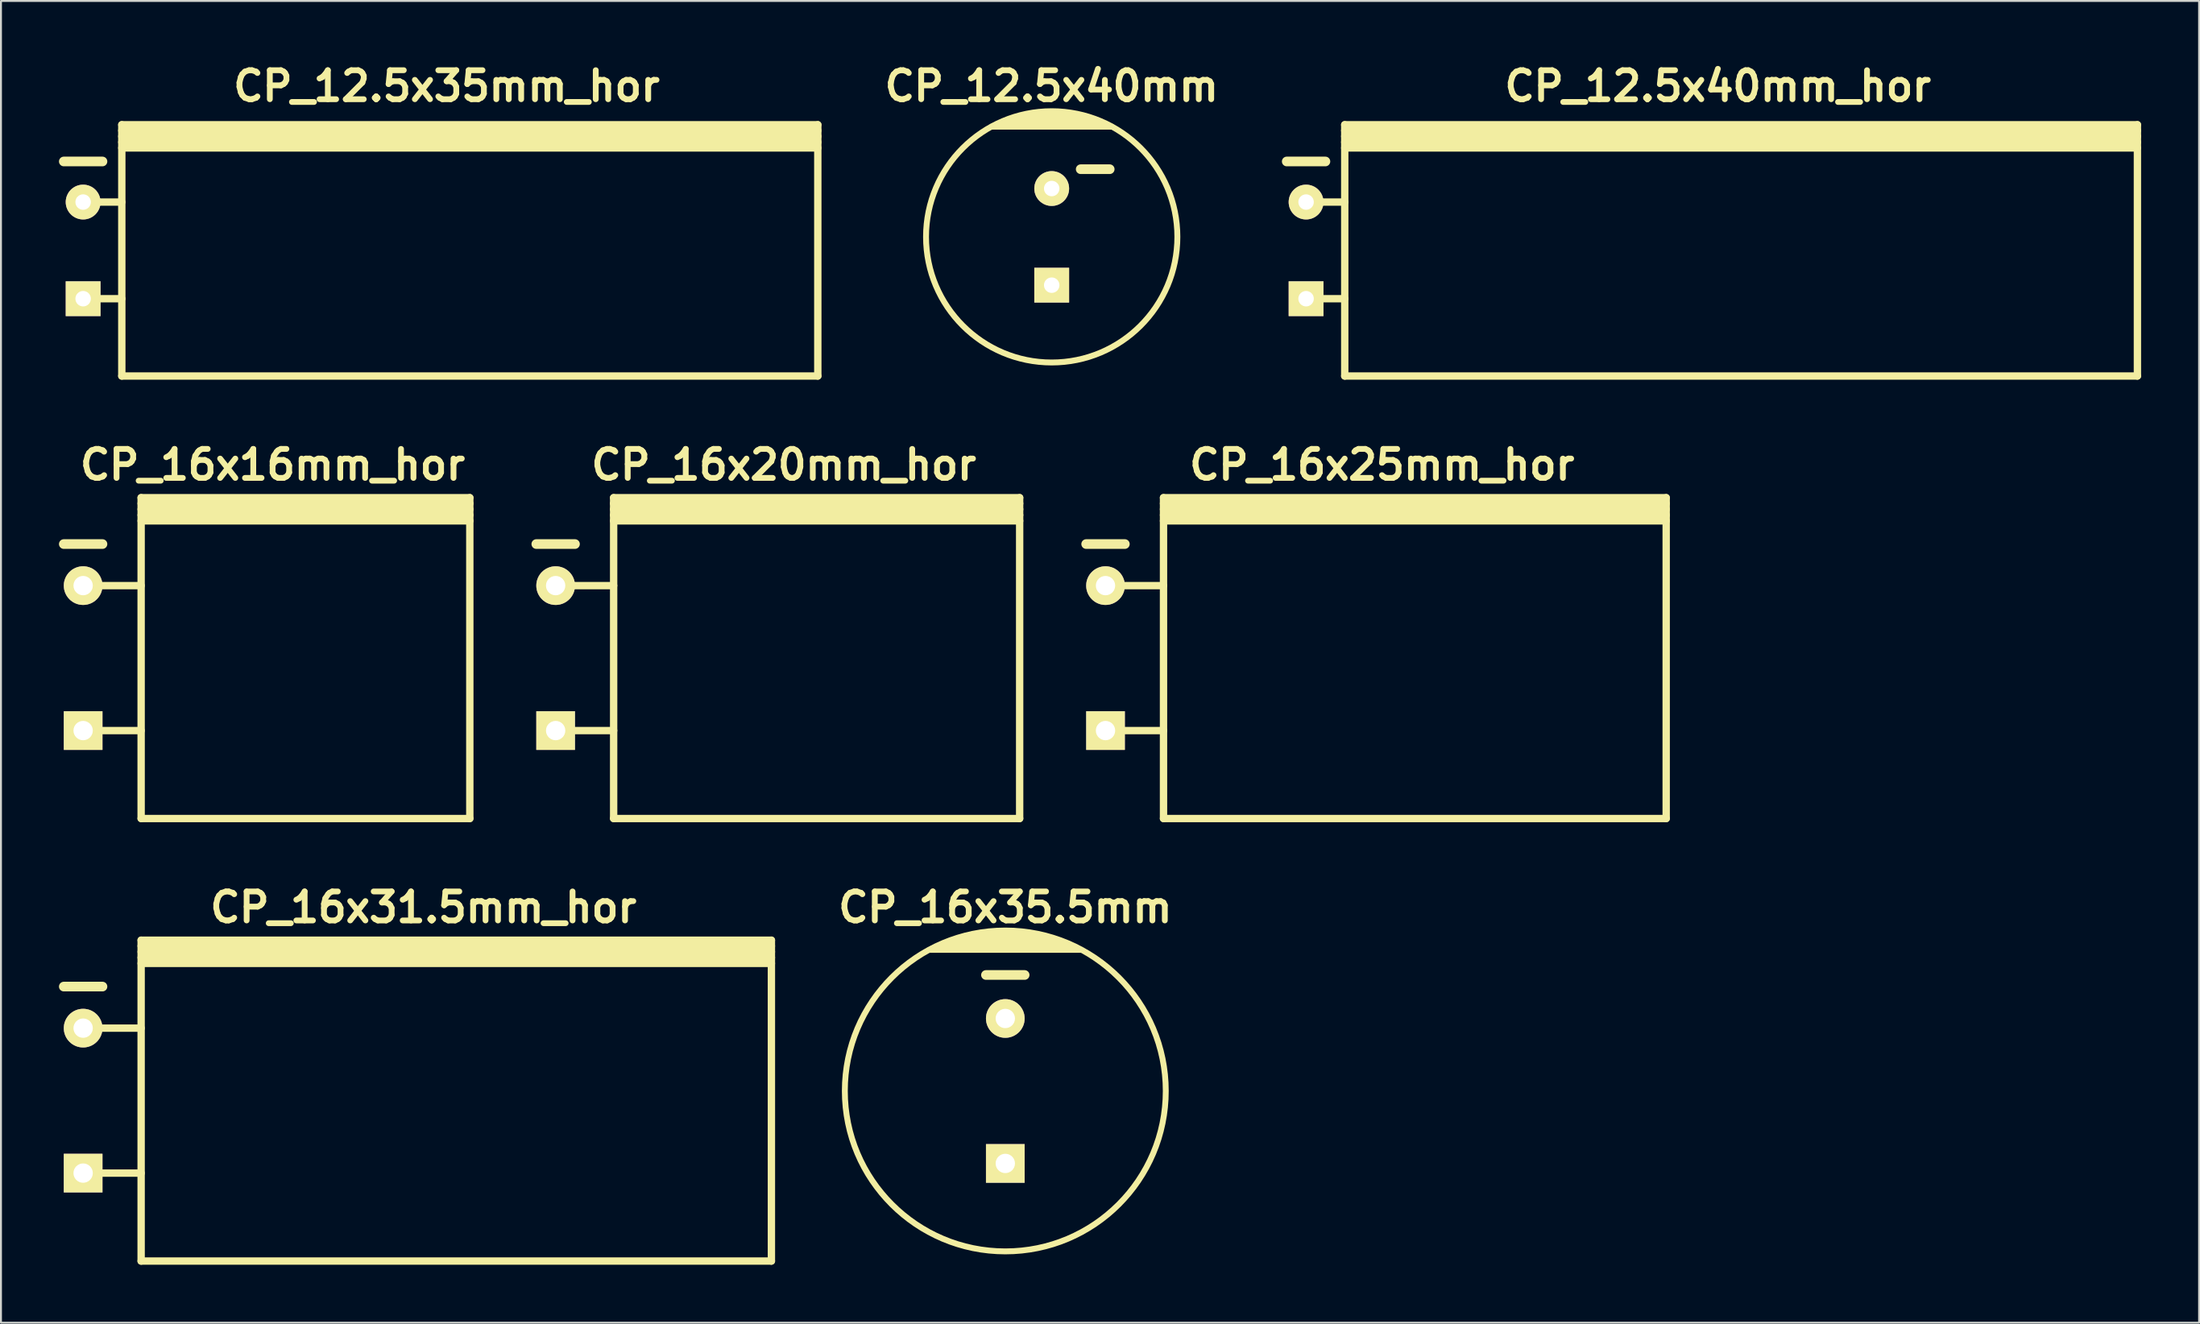
<source format=kicad_pcb>
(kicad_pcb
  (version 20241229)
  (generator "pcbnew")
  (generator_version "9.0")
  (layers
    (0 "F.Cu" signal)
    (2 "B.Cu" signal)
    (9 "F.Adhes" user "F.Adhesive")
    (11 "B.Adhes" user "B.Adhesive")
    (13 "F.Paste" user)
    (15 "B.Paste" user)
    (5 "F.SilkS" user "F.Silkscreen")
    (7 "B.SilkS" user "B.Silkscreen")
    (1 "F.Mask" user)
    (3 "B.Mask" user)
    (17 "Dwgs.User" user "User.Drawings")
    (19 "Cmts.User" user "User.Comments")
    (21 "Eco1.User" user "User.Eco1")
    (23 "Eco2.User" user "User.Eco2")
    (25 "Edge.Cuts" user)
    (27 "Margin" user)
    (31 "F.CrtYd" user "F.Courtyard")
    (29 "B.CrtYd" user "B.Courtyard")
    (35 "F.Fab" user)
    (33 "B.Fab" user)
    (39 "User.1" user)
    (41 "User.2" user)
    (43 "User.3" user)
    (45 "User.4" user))
  (footprint "CP_16x16mm_hor"
    (layer "F.Cu")
    (at 11.05 30.998)
    (property "Reference" "CP_16x16mm_hor" (at 0 -10 0) (layer "F.SilkS") (effects (font (size 1.5 1.5) (thickness 0.3))))
    (attr through_hole)
    (fp_line (start -10.8 -5.9) (end -8.8 -5.9) (stroke (width 0.5) (type solid)) (layer "F.SilkS"))
    (fp_line (start -9.8 -3.75) (end -6.8 -3.75) (stroke (width 0.381) (type solid)) (layer "F.SilkS"))
    (fp_line (start -9.8 3.75) (end -6.8 3.75) (stroke (width 0.381) (type solid)) (layer "F.SilkS"))
    (fp_line (start -6.8 -8) (end 10.2 -8) (stroke (width 0.381) (type solid)) (layer "F.SilkS"))
    (fp_line (start -6.8 -7.7) (end 10.2 -7.7) (stroke (width 0.381) (type solid)) (layer "F.SilkS"))
    (fp_line (start -6.8 -7.4) (end 10.2 -7.4) (stroke (width 0.381) (type solid)) (layer "F.SilkS"))
    (fp_line (start -6.8 -7.1) (end 10.2 -7.1) (stroke (width 0.381) (type solid)) (layer "F.SilkS"))
    (fp_line (start -6.8 8.3) (end -6.8 -8.3) (stroke (width 0.381) (type solid)) (layer "F.SilkS"))
    (fp_line (start 10.2 -8.3) (end -6.8 -8.3) (stroke (width 0.381) (type solid)) (layer "F.SilkS"))
    (fp_line (start 10.2 -8.3) (end 10.2 8.3) (stroke (width 0.381) (type solid)) (layer "F.SilkS"))
    (fp_line (start 10.2 8.3) (end -6.8 8.3) (stroke (width 0.381) (type solid)) (layer "F.SilkS"))
    (pad "1" thru_hole rect (at -9.8 3.75) (size 2 2) (drill 1) (layers "*.Cu" "*.Mask" "F.SilkS"))
    (pad "2" thru_hole circle (at -9.8 -3.75) (size 2 2) (drill 1) (layers "*.Cu" "*.Mask" "F.SilkS")))
  (footprint "CP_16x35.5mm"
    (layer "F.Cu")
    (at 48.948 53.393)
    (property "Reference" "CP_16x35.5mm" (at 0 -9.5 0) (layer "F.SilkS") (effects (font (size 1.5 1.5) (thickness 0.3))))
    (attr through_hole)
    (fp_line (start -3.4 -7.5) (end 3.4 -7.5) (stroke (width 0.305) (type solid)) (layer "F.SilkS"))
    (fp_line (start -2.4 -7.9) (end 2.4 -7.9) (stroke (width 0.305) (type solid)) (layer "F.SilkS"))
    (fp_line (start -1.7 -8.1) (end 1.7 -8.1) (stroke (width 0.305) (type solid)) (layer "F.SilkS"))
    (fp_line (start -1 -6) (end 1 -6) (stroke (width 0.5) (type solid)) (layer "F.SilkS"))
    (fp_line (start 3 -7.7) (end -2.9 -7.7) (stroke (width 0.305) (type solid)) (layer "F.SilkS"))
    (fp_line (start 3.9 -7.3) (end -3.9 -7.3) (stroke (width 0.305) (type solid)) (layer "F.SilkS"))
    (fp_circle (center 0 0) (end -8.3 0) (stroke (width 0.305) (type solid)) (fill no) (layer "F.SilkS"))
    (pad "1" thru_hole rect (at 0 3.75) (size 2 2) (drill 1) (layers "*.Cu" "*.Mask" "F.SilkS"))
    (pad "2" thru_hole circle (at 0 -3.75) (size 2 2) (drill 1) (layers "*.Cu" "*.Mask" "F.SilkS")))
  (footprint "CP_16x20mm_hor"
    (layer "F.Cu")
    (at 37.49 30.998)
    (property "Reference" "CP_16x20mm_hor" (at 0 -10 0) (layer "F.SilkS") (effects (font (size 1.5 1.5) (thickness 0.3))))
    (attr through_hole)
    (fp_line (start -12.8 -5.9) (end -10.8 -5.9) (stroke (width 0.5) (type solid)) (layer "F.SilkS"))
    (fp_line (start -11.8 -3.75) (end -8.8 -3.75) (stroke (width 0.381) (type solid)) (layer "F.SilkS"))
    (fp_line (start -11.8 3.75) (end -8.8 3.75) (stroke (width 0.381) (type solid)) (layer "F.SilkS"))
    (fp_line (start -8.8 -8) (end 12.2 -8) (stroke (width 0.381) (type solid)) (layer "F.SilkS"))
    (fp_line (start -8.8 -7.7) (end 12.2 -7.7) (stroke (width 0.381) (type solid)) (layer "F.SilkS"))
    (fp_line (start -8.8 -7.4) (end 12.2 -7.4) (stroke (width 0.381) (type solid)) (layer "F.SilkS"))
    (fp_line (start -8.8 -7.1) (end 12.2 -7.1) (stroke (width 0.381) (type solid)) (layer "F.SilkS"))
    (fp_line (start -8.8 8.3) (end -8.8 -8.3) (stroke (width 0.381) (type solid)) (layer "F.SilkS"))
    (fp_line (start 12.2 -8.3) (end -8.8 -8.3) (stroke (width 0.381) (type solid)) (layer "F.SilkS"))
    (fp_line (start 12.2 -8.3) (end 12.2 8.3) (stroke (width 0.381) (type solid)) (layer "F.SilkS"))
    (fp_line (start 12.2 8.3) (end -8.8 8.3) (stroke (width 0.381) (type solid)) (layer "F.SilkS"))
    (pad "1" thru_hole rect (at -11.8 3.75) (size 2 2) (drill 1) (layers "*.Cu" "*.Mask" "F.SilkS"))
    (pad "2" thru_hole circle (at -11.8 -3.75) (size 2 2) (drill 1) (layers "*.Cu" "*.Mask" "F.SilkS")))
  (footprint "CP_16x25mm_hor"
    (layer "F.Cu")
    (at 68.431 30.998)
    (property "Reference" "CP_16x25mm_hor" (at 0 -10 0) (layer "F.SilkS") (effects (font (size 1.5 1.5) (thickness 0.3))))
    (attr through_hole)
    (fp_line (start -15.3 -5.9) (end -13.3 -5.9) (stroke (width 0.5) (type solid)) (layer "F.SilkS"))
    (fp_line (start -14.3 -3.75) (end -11.3 -3.75) (stroke (width 0.381) (type solid)) (layer "F.SilkS"))
    (fp_line (start -14.3 3.75) (end -11.3 3.75) (stroke (width 0.381) (type solid)) (layer "F.SilkS"))
    (fp_line (start -11.3 -8) (end 14.7 -8) (stroke (width 0.381) (type solid)) (layer "F.SilkS"))
    (fp_line (start -11.3 -7.7) (end 14.7 -7.7) (stroke (width 0.381) (type solid)) (layer "F.SilkS"))
    (fp_line (start -11.3 -7.4) (end 14.7 -7.4) (stroke (width 0.381) (type solid)) (layer "F.SilkS"))
    (fp_line (start -11.3 -7.1) (end 14.7 -7.1) (stroke (width 0.381) (type solid)) (layer "F.SilkS"))
    (fp_line (start -11.3 8.3) (end -11.3 -8.3) (stroke (width 0.381) (type solid)) (layer "F.SilkS"))
    (fp_line (start 14.7 -8.3) (end -11.3 -8.3) (stroke (width 0.381) (type solid)) (layer "F.SilkS"))
    (fp_line (start 14.7 -8.3) (end 14.7 8.3) (stroke (width 0.381) (type solid)) (layer "F.SilkS"))
    (fp_line (start 14.7 8.3) (end -11.3 8.3) (stroke (width 0.381) (type solid)) (layer "F.SilkS"))
    (pad "1" thru_hole rect (at -14.3 3.75) (size 2 2) (drill 1) (layers "*.Cu" "*.Mask" "F.SilkS"))
    (pad "2" thru_hole circle (at -14.3 -3.75) (size 2 2) (drill 1) (layers "*.Cu" "*.Mask" "F.SilkS")))
  (footprint "CP_12.5x40mm_hor"
    (layer "F.Cu")
    (at 85.805 9.904)
    (property "Reference" "CP_12.5x40mm_hor" (at 0 -8.5 0) (layer "F.SilkS") (effects (font (size 1.5 1.5) (thickness 0.3))))
    (attr through_hole)
    (fp_line (start -22.3 -4.6) (end -20.3 -4.6) (stroke (width 0.5) (type solid)) (layer "F.SilkS"))
    (fp_line (start -21.3 -2.5) (end -19.3 -2.5) (stroke (width 0.381) (type solid)) (layer "F.SilkS"))
    (fp_line (start -21.3 2.5) (end -19.3 2.5) (stroke (width 0.381) (type solid)) (layer "F.SilkS"))
    (fp_line (start -19.3 -6.2) (end 21.7 -6.2) (stroke (width 0.381) (type solid)) (layer "F.SilkS"))
    (fp_line (start -19.3 -5.9) (end 21.7 -5.9) (stroke (width 0.381) (type solid)) (layer "F.SilkS"))
    (fp_line (start -19.3 -5.6) (end 21.7 -5.6) (stroke (width 0.381) (type solid)) (layer "F.SilkS"))
    (fp_line (start -19.3 -5.3) (end 21.7 -5.3) (stroke (width 0.381) (type solid)) (layer "F.SilkS"))
    (fp_line (start -19.3 6.5) (end -19.3 -6.5) (stroke (width 0.381) (type solid)) (layer "F.SilkS"))
    (fp_line (start 21.7 -6.5) (end -19.3 -6.5) (stroke (width 0.381) (type solid)) (layer "F.SilkS"))
    (fp_line (start 21.7 -6.5) (end 21.7 6.5) (stroke (width 0.381) (type solid)) (layer "F.SilkS"))
    (fp_line (start 21.7 6.5) (end -19.3 6.5) (stroke (width 0.381) (type solid)) (layer "F.SilkS"))
    (pad "1" thru_hole rect (at -21.3 2.5) (size 1.8 1.8) (drill 0.8) (layers "*.Cu" "*.Mask" "F.SilkS"))
    (pad "2" thru_hole circle (at -21.3 -2.5) (size 1.8 1.8) (drill 0.8) (layers "*.Cu" "*.Mask" "F.SilkS")))
  (footprint "CP_12.5x35mm_hor"
    (layer "F.Cu")
    (at 20.05 9.904)
    (property "Reference" "CP_12.5x35mm_hor" (at 0 -8.5 0) (layer "F.SilkS") (effects (font (size 1.5 1.5) (thickness 0.3))))
    (attr through_hole)
    (fp_line (start -19.8 -4.6) (end -17.8 -4.6) (stroke (width 0.5) (type solid)) (layer "F.SilkS"))
    (fp_line (start -18.8 -2.5) (end -16.8 -2.5) (stroke (width 0.381) (type solid)) (layer "F.SilkS"))
    (fp_line (start -18.8 2.5) (end -16.8 2.5) (stroke (width 0.381) (type solid)) (layer "F.SilkS"))
    (fp_line (start -16.8 -6.2) (end 19.2 -6.2) (stroke (width 0.381) (type solid)) (layer "F.SilkS"))
    (fp_line (start -16.8 -5.9) (end 19.2 -5.9) (stroke (width 0.381) (type solid)) (layer "F.SilkS"))
    (fp_line (start -16.8 -5.6) (end 19.2 -5.6) (stroke (width 0.381) (type solid)) (layer "F.SilkS"))
    (fp_line (start -16.8 -5.3) (end 19.2 -5.3) (stroke (width 0.381) (type solid)) (layer "F.SilkS"))
    (fp_line (start -16.8 6.5) (end -16.8 -6.5) (stroke (width 0.381) (type solid)) (layer "F.SilkS"))
    (fp_line (start 19.2 -6.5) (end -16.8 -6.5) (stroke (width 0.381) (type solid)) (layer "F.SilkS"))
    (fp_line (start 19.2 -6.5) (end 19.2 6.5) (stroke (width 0.381) (type solid)) (layer "F.SilkS"))
    (fp_line (start 19.2 6.5) (end -16.8 6.5) (stroke (width 0.381) (type solid)) (layer "F.SilkS"))
    (pad "1" thru_hole rect (at -18.8 2.5) (size 1.8 1.8) (drill 0.8) (layers "*.Cu" "*.Mask" "F.SilkS"))
    (pad "2" thru_hole circle (at -18.8 -2.5) (size 1.8 1.8) (drill 0.8) (layers "*.Cu" "*.Mask" "F.SilkS")))
  (footprint "CP_12.5x40mm"
    (layer "F.Cu")
    (at 51.348 9.204)
    (property "Reference" "CP_12.5x40mm" (at 0 -7.8 0) (layer "F.SilkS") (effects (font (size 1.5 1.5) (thickness 0.3))))
    (attr through_hole)
    (fp_line (start -3.1 -5.7) (end 3.1 -5.7) (stroke (width 0.305) (type solid)) (layer "F.SilkS"))
    (fp_line (start -1.4 -6.3) (end 1.4 -6.3) (stroke (width 0.305) (type solid)) (layer "F.SilkS"))
    (fp_line (start 1.5 -3.5) (end 3 -3.5) (stroke (width 0.5) (type solid)) (layer "F.SilkS"))
    (fp_line (start 2 -6.1) (end -2 -6.1) (stroke (width 0.305) (type solid)) (layer "F.SilkS"))
    (fp_line (start 2.4 -5.9) (end -2.4 -5.9) (stroke (width 0.305) (type solid)) (layer "F.SilkS"))
    (fp_circle (center 0 0) (end -6.5 0) (stroke (width 0.305) (type solid)) (fill no) (layer "F.SilkS"))
    (pad "1" thru_hole rect (at 0 2.5) (size 1.8 1.8) (drill 0.8) (layers "*.Cu" "*.Mask" "F.SilkS"))
    (pad "2" thru_hole circle (at 0 -2.5) (size 1.8 1.8) (drill 0.8) (layers "*.Cu" "*.Mask" "F.SilkS")))
  (footprint "CP_16x31.5mm_hor"
    (layer "F.Cu")
    (at 18.85 53.893)
    (property "Reference" "CP_16x31.5mm_hor" (at 0 -10 0) (layer "F.SilkS") (effects (font (size 1.5 1.5) (thickness 0.3))))
    (attr through_hole)
    (fp_line (start -18.6 -5.9) (end -16.6 -5.9) (stroke (width 0.5) (type solid)) (layer "F.SilkS"))
    (fp_line (start -17.6 -3.75) (end -14.6 -3.75) (stroke (width 0.381) (type solid)) (layer "F.SilkS"))
    (fp_line (start -17.6 3.75) (end -14.6 3.75) (stroke (width 0.381) (type solid)) (layer "F.SilkS"))
    (fp_line (start -14.6 -8) (end 18 -8) (stroke (width 0.381) (type solid)) (layer "F.SilkS"))
    (fp_line (start -14.6 -7.7) (end 18 -7.7) (stroke (width 0.381) (type solid)) (layer "F.SilkS"))
    (fp_line (start -14.6 -7.4) (end 18 -7.4) (stroke (width 0.381) (type solid)) (layer "F.SilkS"))
    (fp_line (start -14.6 -7.1) (end 18 -7.1) (stroke (width 0.381) (type solid)) (layer "F.SilkS"))
    (fp_line (start -14.6 8.3) (end -14.6 -8.3) (stroke (width 0.381) (type solid)) (layer "F.SilkS"))
    (fp_line (start 18 -8.3) (end -14.6 -8.3) (stroke (width 0.381) (type solid)) (layer "F.SilkS"))
    (fp_line (start 18 -8.3) (end 18 8.3) (stroke (width 0.381) (type solid)) (layer "F.SilkS"))
    (fp_line (start 18 8.3) (end -14.6 8.3) (stroke (width 0.381) (type solid)) (layer "F.SilkS"))
    (pad "1" thru_hole rect (at -17.6 3.75) (size 2 2) (drill 1) (layers "*.Cu" "*.Mask" "F.SilkS"))
    (pad "2" thru_hole circle (at -17.6 -3.75) (size 2 2) (drill 1) (layers "*.Cu" "*.Mask" "F.SilkS")))
  (gr_rect
    (start -3 -3)
    (end 110.695 65.383)
    (stroke (width 0.1) (type default))
    (fill no)
    (layer "Edge.Cuts")))
</source>
